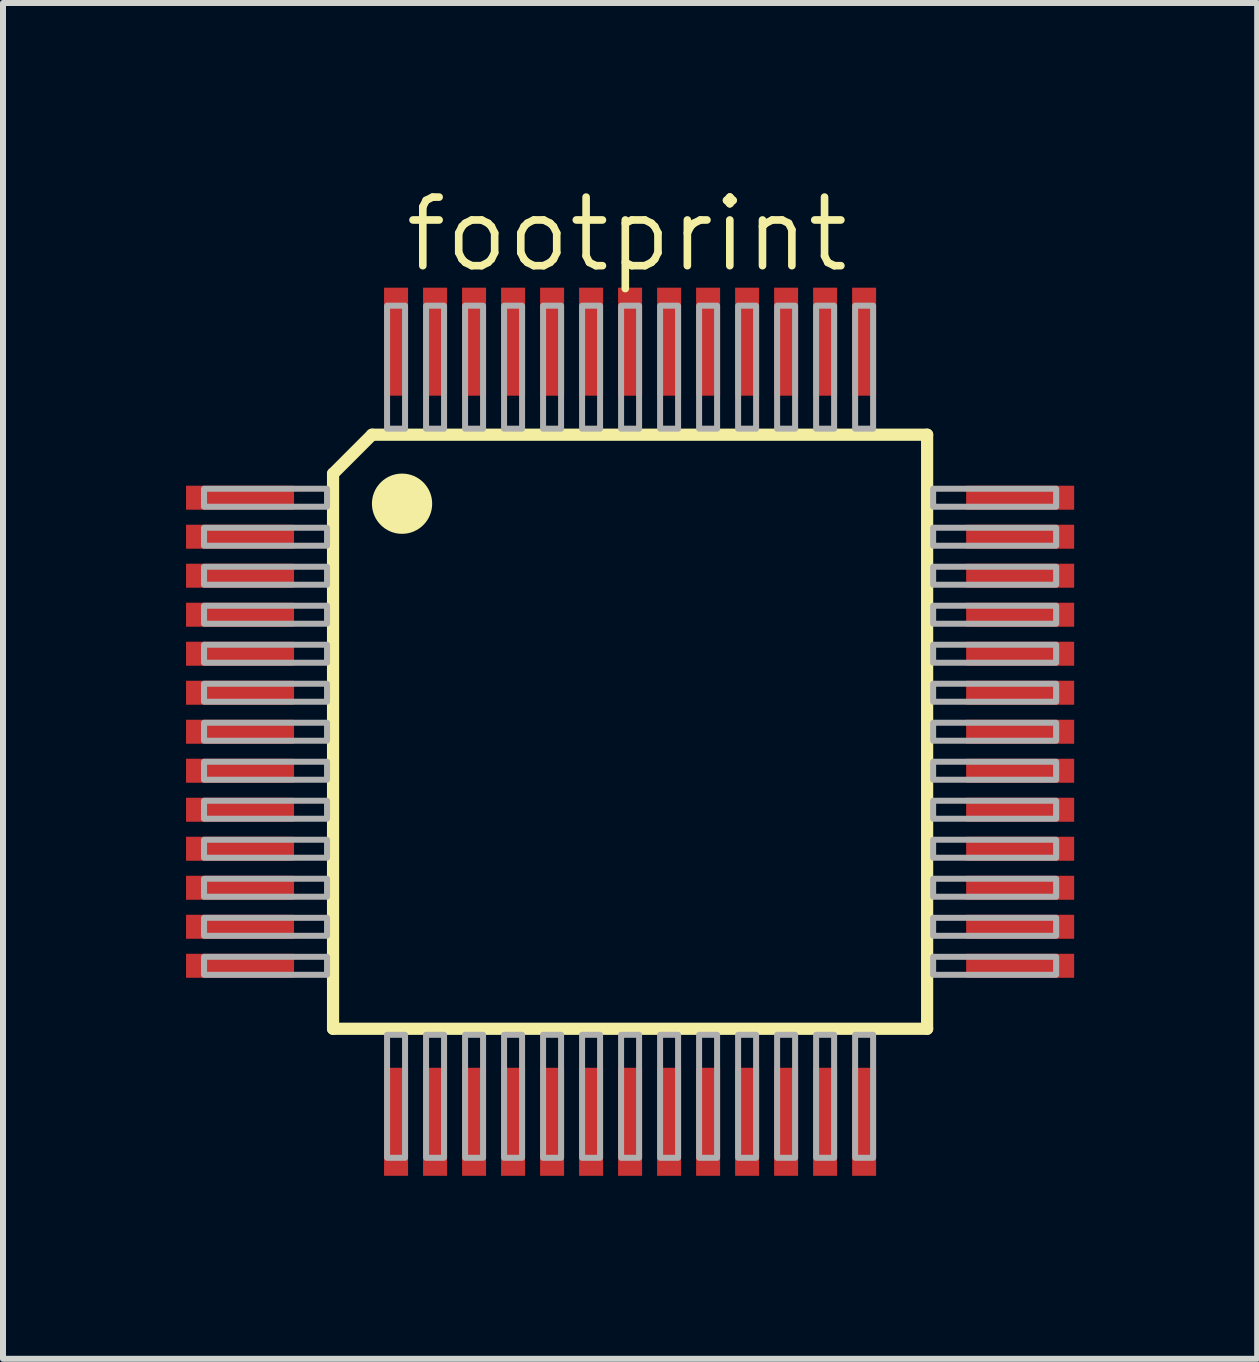
<source format=kicad_pcb>
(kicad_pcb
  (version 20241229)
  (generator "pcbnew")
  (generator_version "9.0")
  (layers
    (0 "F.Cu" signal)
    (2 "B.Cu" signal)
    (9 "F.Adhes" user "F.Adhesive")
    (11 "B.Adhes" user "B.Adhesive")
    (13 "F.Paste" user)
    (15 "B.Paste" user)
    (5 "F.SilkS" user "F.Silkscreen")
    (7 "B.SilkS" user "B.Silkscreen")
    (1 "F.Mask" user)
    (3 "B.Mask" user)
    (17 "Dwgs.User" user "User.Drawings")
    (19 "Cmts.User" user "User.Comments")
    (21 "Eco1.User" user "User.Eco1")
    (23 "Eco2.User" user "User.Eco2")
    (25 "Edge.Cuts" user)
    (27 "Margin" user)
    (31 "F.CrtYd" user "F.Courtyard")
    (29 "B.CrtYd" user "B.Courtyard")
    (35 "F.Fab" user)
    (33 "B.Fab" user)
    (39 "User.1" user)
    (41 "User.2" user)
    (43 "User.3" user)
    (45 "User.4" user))
  (footprint "footprint"
    (layer "F.Cu")
    (at 7.45 9.144)
    (property "Reference" "footprint" (at -3.81 -7.62 0) (layer "F.SilkS") (effects (font (size 1.143 1.143) (thickness 0.127)) (justify left bottom)))
    (fp_poly (pts (xy -7.45 -3.65) (xy -5.55 -3.65) (xy -5.55 -4.15) (xy -7.45 -4.15)) (stroke (width 0) (type solid)) (fill yes) (layer "F.Mask"))
    (fp_poly (pts (xy -7.45 -3) (xy -5.55 -3) (xy -5.55 -3.5) (xy -7.45 -3.5)) (stroke (width 0) (type solid)) (fill yes) (layer "F.Mask"))
    (fp_poly (pts (xy -7.45 -2.35) (xy -5.55 -2.35) (xy -5.55 -2.85) (xy -7.45 -2.85)) (stroke (width 0) (type solid)) (fill yes) (layer "F.Mask"))
    (fp_poly (pts (xy -7.45 -1.7) (xy -5.55 -1.7) (xy -5.55 -2.2) (xy -7.45 -2.2)) (stroke (width 0) (type solid)) (fill yes) (layer "F.Mask"))
    (fp_poly (pts (xy -7.45 -1.05) (xy -5.55 -1.05) (xy -5.55 -1.55) (xy -7.45 -1.55)) (stroke (width 0) (type solid)) (fill yes) (layer "F.Mask"))
    (fp_poly (pts (xy -7.45 -0.4) (xy -5.55 -0.4) (xy -5.55 -0.9) (xy -7.45 -0.9)) (stroke (width 0) (type solid)) (fill yes) (layer "F.Mask"))
    (fp_poly (pts (xy -7.45 0.25) (xy -5.55 0.25) (xy -5.55 -0.25) (xy -7.45 -0.25)) (stroke (width 0) (type solid)) (fill yes) (layer "F.Mask"))
    (fp_poly (pts (xy -7.45 0.9) (xy -5.55 0.9) (xy -5.55 0.4) (xy -7.45 0.4)) (stroke (width 0) (type solid)) (fill yes) (layer "F.Mask"))
    (fp_poly (pts (xy -7.45 1.55) (xy -5.55 1.55) (xy -5.55 1.05) (xy -7.45 1.05)) (stroke (width 0) (type solid)) (fill yes) (layer "F.Mask"))
    (fp_poly (pts (xy -7.45 2.2) (xy -5.55 2.2) (xy -5.55 1.7) (xy -7.45 1.7)) (stroke (width 0) (type solid)) (fill yes) (layer "F.Mask"))
    (fp_poly (pts (xy -7.45 2.85) (xy -5.55 2.85) (xy -5.55 2.35) (xy -7.45 2.35)) (stroke (width 0) (type solid)) (fill yes) (layer "F.Mask"))
    (fp_poly (pts (xy -7.45 3.5) (xy -5.55 3.5) (xy -5.55 3) (xy -7.45 3)) (stroke (width 0) (type solid)) (fill yes) (layer "F.Mask"))
    (fp_poly (pts (xy -7.45 4.15) (xy -5.55 4.15) (xy -5.55 3.65) (xy -7.45 3.65)) (stroke (width 0) (type solid)) (fill yes) (layer "F.Mask"))
    (fp_poly (pts (xy -4.15 -7.45) (xy -4.15 -5.55) (xy -3.65 -5.55) (xy -3.65 -7.45)) (stroke (width 0) (type solid)) (fill yes) (layer "F.Mask"))
    (fp_poly (pts (xy -3.65 7.45) (xy -3.65 5.55) (xy -4.15 5.55) (xy -4.15 7.45)) (stroke (width 0) (type solid)) (fill yes) (layer "F.Mask"))
    (fp_poly (pts (xy -3.5 -7.45) (xy -3.5 -5.55) (xy -3 -5.55) (xy -3 -7.45)) (stroke (width 0) (type solid)) (fill yes) (layer "F.Mask"))
    (fp_poly (pts (xy -3 7.45) (xy -3 5.55) (xy -3.5 5.55) (xy -3.5 7.45)) (stroke (width 0) (type solid)) (fill yes) (layer "F.Mask"))
    (fp_poly (pts (xy -2.85 -7.45) (xy -2.85 -5.55) (xy -2.35 -5.55) (xy -2.35 -7.45)) (stroke (width 0) (type solid)) (fill yes) (layer "F.Mask"))
    (fp_poly (pts (xy -2.35 7.45) (xy -2.35 5.55) (xy -2.85 5.55) (xy -2.85 7.45)) (stroke (width 0) (type solid)) (fill yes) (layer "F.Mask"))
    (fp_poly (pts (xy -2.2 -7.45) (xy -2.2 -5.55) (xy -1.7 -5.55) (xy -1.7 -7.45)) (stroke (width 0) (type solid)) (fill yes) (layer "F.Mask"))
    (fp_poly (pts (xy -1.7 7.45) (xy -1.7 5.55) (xy -2.2 5.55) (xy -2.2 7.45)) (stroke (width 0) (type solid)) (fill yes) (layer "F.Mask"))
    (fp_poly (pts (xy -1.55 -7.45) (xy -1.55 -5.55) (xy -1.05 -5.55) (xy -1.05 -7.45)) (stroke (width 0) (type solid)) (fill yes) (layer "F.Mask"))
    (fp_poly (pts (xy -1.05 7.45) (xy -1.05 5.55) (xy -1.55 5.55) (xy -1.55 7.45)) (stroke (width 0) (type solid)) (fill yes) (layer "F.Mask"))
    (fp_poly (pts (xy -0.9 -7.45) (xy -0.9 -5.55) (xy -0.4 -5.55) (xy -0.4 -7.45)) (stroke (width 0) (type solid)) (fill yes) (layer "F.Mask"))
    (fp_poly (pts (xy -0.4 7.45) (xy -0.4 5.55) (xy -0.9 5.55) (xy -0.9 7.45)) (stroke (width 0) (type solid)) (fill yes) (layer "F.Mask"))
    (fp_poly (pts (xy -0.25 -7.45) (xy -0.25 -5.55) (xy 0.25 -5.55) (xy 0.25 -7.45)) (stroke (width 0) (type solid)) (fill yes) (layer "F.Mask"))
    (fp_poly (pts (xy 0.25 7.45) (xy 0.25 5.55) (xy -0.25 5.55) (xy -0.25 7.45)) (stroke (width 0) (type solid)) (fill yes) (layer "F.Mask"))
    (fp_poly (pts (xy 0.4 -7.45) (xy 0.4 -5.55) (xy 0.9 -5.55) (xy 0.9 -7.45)) (stroke (width 0) (type solid)) (fill yes) (layer "F.Mask"))
    (fp_poly (pts (xy 0.9 7.45) (xy 0.9 5.55) (xy 0.4 5.55) (xy 0.4 7.45)) (stroke (width 0) (type solid)) (fill yes) (layer "F.Mask"))
    (fp_poly (pts (xy 1.05 -7.45) (xy 1.05 -5.55) (xy 1.55 -5.55) (xy 1.55 -7.45)) (stroke (width 0) (type solid)) (fill yes) (layer "F.Mask"))
    (fp_poly (pts (xy 1.55 7.45) (xy 1.55 5.55) (xy 1.05 5.55) (xy 1.05 7.45)) (stroke (width 0) (type solid)) (fill yes) (layer "F.Mask"))
    (fp_poly (pts (xy 1.7 -7.45) (xy 1.7 -5.55) (xy 2.2 -5.55) (xy 2.2 -7.45)) (stroke (width 0) (type solid)) (fill yes) (layer "F.Mask"))
    (fp_poly (pts (xy 2.2 7.45) (xy 2.2 5.55) (xy 1.7 5.55) (xy 1.7 7.45)) (stroke (width 0) (type solid)) (fill yes) (layer "F.Mask"))
    (fp_poly (pts (xy 2.35 -7.45) (xy 2.35 -5.55) (xy 2.85 -5.55) (xy 2.85 -7.45)) (stroke (width 0) (type solid)) (fill yes) (layer "F.Mask"))
    (fp_poly (pts (xy 2.85 7.45) (xy 2.85 5.55) (xy 2.35 5.55) (xy 2.35 7.45)) (stroke (width 0) (type solid)) (fill yes) (layer "F.Mask"))
    (fp_poly (pts (xy 3 -7.45) (xy 3 -5.55) (xy 3.5 -5.55) (xy 3.5 -7.45)) (stroke (width 0) (type solid)) (fill yes) (layer "F.Mask"))
    (fp_poly (pts (xy 3.5 7.45) (xy 3.5 5.55) (xy 3 5.55) (xy 3 7.45)) (stroke (width 0) (type solid)) (fill yes) (layer "F.Mask"))
    (fp_poly (pts (xy 3.65 -7.45) (xy 3.65 -5.55) (xy 4.15 -5.55) (xy 4.15 -7.45)) (stroke (width 0) (type solid)) (fill yes) (layer "F.Mask"))
    (fp_poly (pts (xy 4.15 7.45) (xy 4.15 5.55) (xy 3.65 5.55) (xy 3.65 7.45)) (stroke (width 0) (type solid)) (fill yes) (layer "F.Mask"))
    (fp_poly (pts (xy 7.45 -4.15) (xy 5.55 -4.15) (xy 5.55 -3.65) (xy 7.45 -3.65)) (stroke (width 0) (type solid)) (fill yes) (layer "F.Mask"))
    (fp_poly (pts (xy 7.45 -3.5) (xy 5.55 -3.5) (xy 5.55 -3) (xy 7.45 -3)) (stroke (width 0) (type solid)) (fill yes) (layer "F.Mask"))
    (fp_poly (pts (xy 7.45 -2.85) (xy 5.55 -2.85) (xy 5.55 -2.35) (xy 7.45 -2.35)) (stroke (width 0) (type solid)) (fill yes) (layer "F.Mask"))
    (fp_poly (pts (xy 7.45 -2.2) (xy 5.55 -2.2) (xy 5.55 -1.7) (xy 7.45 -1.7)) (stroke (width 0) (type solid)) (fill yes) (layer "F.Mask"))
    (fp_poly (pts (xy 7.45 -1.55) (xy 5.55 -1.55) (xy 5.55 -1.05) (xy 7.45 -1.05)) (stroke (width 0) (type solid)) (fill yes) (layer "F.Mask"))
    (fp_poly (pts (xy 7.45 -0.9) (xy 5.55 -0.9) (xy 5.55 -0.4) (xy 7.45 -0.4)) (stroke (width 0) (type solid)) (fill yes) (layer "F.Mask"))
    (fp_poly (pts (xy 7.45 -0.25) (xy 5.55 -0.25) (xy 5.55 0.25) (xy 7.45 0.25)) (stroke (width 0) (type solid)) (fill yes) (layer "F.Mask"))
    (fp_poly (pts (xy 7.45 0.4) (xy 5.55 0.4) (xy 5.55 0.9) (xy 7.45 0.9)) (stroke (width 0) (type solid)) (fill yes) (layer "F.Mask"))
    (fp_poly (pts (xy 7.45 1.05) (xy 5.55 1.05) (xy 5.55 1.55) (xy 7.45 1.55)) (stroke (width 0) (type solid)) (fill yes) (layer "F.Mask"))
    (fp_poly (pts (xy 7.45 1.7) (xy 5.55 1.7) (xy 5.55 2.2) (xy 7.45 2.2)) (stroke (width 0) (type solid)) (fill yes) (layer "F.Mask"))
    (fp_poly (pts (xy 7.45 2.35) (xy 5.55 2.35) (xy 5.55 2.85) (xy 7.45 2.85)) (stroke (width 0) (type solid)) (fill yes) (layer "F.Mask"))
    (fp_poly (pts (xy 7.45 3) (xy 5.55 3) (xy 5.55 3.5) (xy 7.45 3.5)) (stroke (width 0) (type solid)) (fill yes) (layer "F.Mask"))
    (fp_poly (pts (xy 7.45 3.65) (xy 5.55 3.65) (xy 5.55 4.15) (xy 7.45 4.15)) (stroke (width 0) (type solid)) (fill yes) (layer "F.Mask"))
    (fp_line (start -4.95 -4.3) (end -4.3 -4.95) (stroke (width 0.203) (type solid)) (layer "F.SilkS"))
    (fp_line (start -4.95 4.95) (end -4.95 -4.3) (stroke (width 0.203) (type solid)) (layer "F.SilkS"))
    (fp_line (start -4.3 -4.95) (end 4.95 -4.95) (stroke (width 0.203) (type solid)) (layer "F.SilkS"))
    (fp_line (start 4.95 -4.95) (end 4.95 4.95) (stroke (width 0.203) (type solid)) (layer "F.SilkS"))
    (fp_line (start 4.95 4.95) (end -4.95 4.95) (stroke (width 0.203) (type solid)) (layer "F.SilkS"))
    (fp_circle (center -3.8 -3.8) (end -3.549 -3.8) (stroke (width 0.502) (type solid)) (fill yes) (layer "F.SilkS"))
    (fp_poly (pts (xy -7.35 -3.725) (xy -5.65 -3.725) (xy -5.65 -4.075) (xy -7.35 -4.075)) (stroke (width 0) (type solid)) (fill yes) (layer "F.Paste"))
    (fp_poly (pts (xy -7.35 -3.075) (xy -5.65 -3.075) (xy -5.65 -3.425) (xy -7.35 -3.425)) (stroke (width 0) (type solid)) (fill yes) (layer "F.Paste"))
    (fp_poly (pts (xy -7.35 -2.425) (xy -5.65 -2.425) (xy -5.65 -2.775) (xy -7.35 -2.775)) (stroke (width 0) (type solid)) (fill yes) (layer "F.Paste"))
    (fp_poly (pts (xy -7.35 -1.775) (xy -5.65 -1.775) (xy -5.65 -2.125) (xy -7.35 -2.125)) (stroke (width 0) (type solid)) (fill yes) (layer "F.Paste"))
    (fp_poly (pts (xy -7.35 -1.125) (xy -5.65 -1.125) (xy -5.65 -1.475) (xy -7.35 -1.475)) (stroke (width 0) (type solid)) (fill yes) (layer "F.Paste"))
    (fp_poly (pts (xy -7.35 -0.475) (xy -5.65 -0.475) (xy -5.65 -0.825) (xy -7.35 -0.825)) (stroke (width 0) (type solid)) (fill yes) (layer "F.Paste"))
    (fp_poly (pts (xy -7.35 0.175) (xy -5.65 0.175) (xy -5.65 -0.175) (xy -7.35 -0.175)) (stroke (width 0) (type solid)) (fill yes) (layer "F.Paste"))
    (fp_poly (pts (xy -7.35 0.825) (xy -5.65 0.825) (xy -5.65 0.475) (xy -7.35 0.475)) (stroke (width 0) (type solid)) (fill yes) (layer "F.Paste"))
    (fp_poly (pts (xy -7.35 1.475) (xy -5.65 1.475) (xy -5.65 1.125) (xy -7.35 1.125)) (stroke (width 0) (type solid)) (fill yes) (layer "F.Paste"))
    (fp_poly (pts (xy -7.35 2.125) (xy -5.65 2.125) (xy -5.65 1.775) (xy -7.35 1.775)) (stroke (width 0) (type solid)) (fill yes) (layer "F.Paste"))
    (fp_poly (pts (xy -7.35 2.775) (xy -5.65 2.775) (xy -5.65 2.425) (xy -7.35 2.425)) (stroke (width 0) (type solid)) (fill yes) (layer "F.Paste"))
    (fp_poly (pts (xy -7.35 3.425) (xy -5.65 3.425) (xy -5.65 3.075) (xy -7.35 3.075)) (stroke (width 0) (type solid)) (fill yes) (layer "F.Paste"))
    (fp_poly (pts (xy -7.35 4.075) (xy -5.65 4.075) (xy -5.65 3.725) (xy -7.35 3.725)) (stroke (width 0) (type solid)) (fill yes) (layer "F.Paste"))
    (fp_poly (pts (xy -4.075 -7.35) (xy -4.075 -5.65) (xy -3.725 -5.65) (xy -3.725 -7.35)) (stroke (width 0) (type solid)) (fill yes) (layer "F.Paste"))
    (fp_poly (pts (xy -3.725 7.35) (xy -3.725 5.65) (xy -4.075 5.65) (xy -4.075 7.35)) (stroke (width 0) (type solid)) (fill yes) (layer "F.Paste"))
    (fp_poly (pts (xy -3.425 -7.35) (xy -3.425 -5.65) (xy -3.075 -5.65) (xy -3.075 -7.35)) (stroke (width 0) (type solid)) (fill yes) (layer "F.Paste"))
    (fp_poly (pts (xy -3.075 7.35) (xy -3.075 5.65) (xy -3.425 5.65) (xy -3.425 7.35)) (stroke (width 0) (type solid)) (fill yes) (layer "F.Paste"))
    (fp_poly (pts (xy -2.775 -7.35) (xy -2.775 -5.65) (xy -2.425 -5.65) (xy -2.425 -7.35)) (stroke (width 0) (type solid)) (fill yes) (layer "F.Paste"))
    (fp_poly (pts (xy -2.425 7.35) (xy -2.425 5.65) (xy -2.775 5.65) (xy -2.775 7.35)) (stroke (width 0) (type solid)) (fill yes) (layer "F.Paste"))
    (fp_poly (pts (xy -2.125 -7.35) (xy -2.125 -5.65) (xy -1.775 -5.65) (xy -1.775 -7.35)) (stroke (width 0) (type solid)) (fill yes) (layer "F.Paste"))
    (fp_poly (pts (xy -1.775 7.35) (xy -1.775 5.65) (xy -2.125 5.65) (xy -2.125 7.35)) (stroke (width 0) (type solid)) (fill yes) (layer "F.Paste"))
    (fp_poly (pts (xy -1.475 -7.35) (xy -1.475 -5.65) (xy -1.125 -5.65) (xy -1.125 -7.35)) (stroke (width 0) (type solid)) (fill yes) (layer "F.Paste"))
    (fp_poly (pts (xy -1.125 7.35) (xy -1.125 5.65) (xy -1.475 5.65) (xy -1.475 7.35)) (stroke (width 0) (type solid)) (fill yes) (layer "F.Paste"))
    (fp_poly (pts (xy -0.825 -7.35) (xy -0.825 -5.65) (xy -0.475 -5.65) (xy -0.475 -7.35)) (stroke (width 0) (type solid)) (fill yes) (layer "F.Paste"))
    (fp_poly (pts (xy -0.475 7.35) (xy -0.475 5.65) (xy -0.825 5.65) (xy -0.825 7.35)) (stroke (width 0) (type solid)) (fill yes) (layer "F.Paste"))
    (fp_poly (pts (xy -0.175 -7.35) (xy -0.175 -5.65) (xy 0.175 -5.65) (xy 0.175 -7.35)) (stroke (width 0) (type solid)) (fill yes) (layer "F.Paste"))
    (fp_poly (pts (xy 0.175 7.35) (xy 0.175 5.65) (xy -0.175 5.65) (xy -0.175 7.35)) (stroke (width 0) (type solid)) (fill yes) (layer "F.Paste"))
    (fp_poly (pts (xy 0.475 -7.35) (xy 0.475 -5.65) (xy 0.825 -5.65) (xy 0.825 -7.35)) (stroke (width 0) (type solid)) (fill yes) (layer "F.Paste"))
    (fp_poly (pts (xy 0.825 7.35) (xy 0.825 5.65) (xy 0.475 5.65) (xy 0.475 7.35)) (stroke (width 0) (type solid)) (fill yes) (layer "F.Paste"))
    (fp_poly (pts (xy 1.125 -7.35) (xy 1.125 -5.65) (xy 1.475 -5.65) (xy 1.475 -7.35)) (stroke (width 0) (type solid)) (fill yes) (layer "F.Paste"))
    (fp_poly (pts (xy 1.475 7.35) (xy 1.475 5.65) (xy 1.125 5.65) (xy 1.125 7.35)) (stroke (width 0) (type solid)) (fill yes) (layer "F.Paste"))
    (fp_poly (pts (xy 1.775 -7.35) (xy 1.775 -5.65) (xy 2.125 -5.65) (xy 2.125 -7.35)) (stroke (width 0) (type solid)) (fill yes) (layer "F.Paste"))
    (fp_poly (pts (xy 2.125 7.35) (xy 2.125 5.65) (xy 1.775 5.65) (xy 1.775 7.35)) (stroke (width 0) (type solid)) (fill yes) (layer "F.Paste"))
    (fp_poly (pts (xy 2.425 -7.35) (xy 2.425 -5.65) (xy 2.775 -5.65) (xy 2.775 -7.35)) (stroke (width 0) (type solid)) (fill yes) (layer "F.Paste"))
    (fp_poly (pts (xy 2.775 7.35) (xy 2.775 5.65) (xy 2.425 5.65) (xy 2.425 7.35)) (stroke (width 0) (type solid)) (fill yes) (layer "F.Paste"))
    (fp_poly (pts (xy 3.075 -7.35) (xy 3.075 -5.65) (xy 3.425 -5.65) (xy 3.425 -7.35)) (stroke (width 0) (type solid)) (fill yes) (layer "F.Paste"))
    (fp_poly (pts (xy 3.425 7.35) (xy 3.425 5.65) (xy 3.075 5.65) (xy 3.075 7.35)) (stroke (width 0) (type solid)) (fill yes) (layer "F.Paste"))
    (fp_poly (pts (xy 3.725 -7.35) (xy 3.725 -5.65) (xy 4.075 -5.65) (xy 4.075 -7.35)) (stroke (width 0) (type solid)) (fill yes) (layer "F.Paste"))
    (fp_poly (pts (xy 4.075 7.35) (xy 4.075 5.65) (xy 3.725 5.65) (xy 3.725 7.35)) (stroke (width 0) (type solid)) (fill yes) (layer "F.Paste"))
    (fp_poly (pts (xy 7.35 -4.075) (xy 5.65 -4.075) (xy 5.65 -3.725) (xy 7.35 -3.725)) (stroke (width 0) (type solid)) (fill yes) (layer "F.Paste"))
    (fp_poly (pts (xy 7.35 -3.425) (xy 5.65 -3.425) (xy 5.65 -3.075) (xy 7.35 -3.075)) (stroke (width 0) (type solid)) (fill yes) (layer "F.Paste"))
    (fp_poly (pts (xy 7.35 -2.775) (xy 5.65 -2.775) (xy 5.65 -2.425) (xy 7.35 -2.425)) (stroke (width 0) (type solid)) (fill yes) (layer "F.Paste"))
    (fp_poly (pts (xy 7.35 -2.125) (xy 5.65 -2.125) (xy 5.65 -1.775) (xy 7.35 -1.775)) (stroke (width 0) (type solid)) (fill yes) (layer "F.Paste"))
    (fp_poly (pts (xy 7.35 -1.475) (xy 5.65 -1.475) (xy 5.65 -1.125) (xy 7.35 -1.125)) (stroke (width 0) (type solid)) (fill yes) (layer "F.Paste"))
    (fp_poly (pts (xy 7.35 -0.825) (xy 5.65 -0.825) (xy 5.65 -0.475) (xy 7.35 -0.475)) (stroke (width 0) (type solid)) (fill yes) (layer "F.Paste"))
    (fp_poly (pts (xy 7.35 -0.175) (xy 5.65 -0.175) (xy 5.65 0.175) (xy 7.35 0.175)) (stroke (width 0) (type solid)) (fill yes) (layer "F.Paste"))
    (fp_poly (pts (xy 7.35 0.475) (xy 5.65 0.475) (xy 5.65 0.825) (xy 7.35 0.825)) (stroke (width 0) (type solid)) (fill yes) (layer "F.Paste"))
    (fp_poly (pts (xy 7.35 1.125) (xy 5.65 1.125) (xy 5.65 1.475) (xy 7.35 1.475)) (stroke (width 0) (type solid)) (fill yes) (layer "F.Paste"))
    (fp_poly (pts (xy 7.35 1.775) (xy 5.65 1.775) (xy 5.65 2.125) (xy 7.35 2.125)) (stroke (width 0) (type solid)) (fill yes) (layer "F.Paste"))
    (fp_poly (pts (xy 7.35 2.425) (xy 5.65 2.425) (xy 5.65 2.775) (xy 7.35 2.775)) (stroke (width 0) (type solid)) (fill yes) (layer "F.Paste"))
    (fp_poly (pts (xy 7.35 3.075) (xy 5.65 3.075) (xy 5.65 3.425) (xy 7.35 3.425)) (stroke (width 0) (type solid)) (fill yes) (layer "F.Paste"))
    (fp_poly (pts (xy 7.35 3.725) (xy 5.65 3.725) (xy 5.65 4.075) (xy 7.35 4.075)) (stroke (width 0) (type solid)) (fill yes) (layer "F.Paste"))
    (fp_poly (pts (xy -7.1 -3.75) (xy -5.05 -3.75) (xy -5.05 -4.05) (xy -7.1 -4.05)) (stroke (width 0.1) (type solid)) (fill no) (layer "F.Fab"))
    (fp_poly (pts (xy -7.1 -3.1) (xy -5.05 -3.1) (xy -5.05 -3.4) (xy -7.1 -3.4)) (stroke (width 0.1) (type solid)) (fill no) (layer "F.Fab"))
    (fp_poly (pts (xy -7.1 -2.45) (xy -5.05 -2.45) (xy -5.05 -2.75) (xy -7.1 -2.75)) (stroke (width 0.1) (type solid)) (fill no) (layer "F.Fab"))
    (fp_poly (pts (xy -7.1 -1.8) (xy -5.05 -1.8) (xy -5.05 -2.1) (xy -7.1 -2.1)) (stroke (width 0.1) (type solid)) (fill no) (layer "F.Fab"))
    (fp_poly (pts (xy -7.1 -1.15) (xy -5.05 -1.15) (xy -5.05 -1.45) (xy -7.1 -1.45)) (stroke (width 0.1) (type solid)) (fill no) (layer "F.Fab"))
    (fp_poly (pts (xy -7.1 -0.5) (xy -5.05 -0.5) (xy -5.05 -0.8) (xy -7.1 -0.8)) (stroke (width 0.1) (type solid)) (fill no) (layer "F.Fab"))
    (fp_poly (pts (xy -7.1 0.15) (xy -5.05 0.15) (xy -5.05 -0.15) (xy -7.1 -0.15)) (stroke (width 0.1) (type solid)) (fill no) (layer "F.Fab"))
    (fp_poly (pts (xy -7.1 0.8) (xy -5.05 0.8) (xy -5.05 0.5) (xy -7.1 0.5)) (stroke (width 0.1) (type solid)) (fill no) (layer "F.Fab"))
    (fp_poly (pts (xy -7.1 1.45) (xy -5.05 1.45) (xy -5.05 1.15) (xy -7.1 1.15)) (stroke (width 0.1) (type solid)) (fill no) (layer "F.Fab"))
    (fp_poly (pts (xy -7.1 2.1) (xy -5.05 2.1) (xy -5.05 1.8) (xy -7.1 1.8)) (stroke (width 0.1) (type solid)) (fill no) (layer "F.Fab"))
    (fp_poly (pts (xy -7.1 2.75) (xy -5.05 2.75) (xy -5.05 2.45) (xy -7.1 2.45)) (stroke (width 0.1) (type solid)) (fill no) (layer "F.Fab"))
    (fp_poly (pts (xy -7.1 3.4) (xy -5.05 3.4) (xy -5.05 3.1) (xy -7.1 3.1)) (stroke (width 0.1) (type solid)) (fill no) (layer "F.Fab"))
    (fp_poly (pts (xy -7.1 4.05) (xy -5.05 4.05) (xy -5.05 3.75) (xy -7.1 3.75)) (stroke (width 0.1) (type solid)) (fill no) (layer "F.Fab"))
    (fp_poly (pts (xy -4.05 -5.05) (xy -3.75 -5.05) (xy -3.75 -7.1) (xy -4.05 -7.1)) (stroke (width 0.1) (type solid)) (fill no) (layer "F.Fab"))
    (fp_poly (pts (xy -4.05 7.1) (xy -3.75 7.1) (xy -3.75 5.05) (xy -4.05 5.05)) (stroke (width 0.1) (type solid)) (fill no) (layer "F.Fab"))
    (fp_poly (pts (xy -3.4 -5.05) (xy -3.1 -5.05) (xy -3.1 -7.1) (xy -3.4 -7.1)) (stroke (width 0.1) (type solid)) (fill no) (layer "F.Fab"))
    (fp_poly (pts (xy -3.4 7.1) (xy -3.1 7.1) (xy -3.1 5.05) (xy -3.4 5.05)) (stroke (width 0.1) (type solid)) (fill no) (layer "F.Fab"))
    (fp_poly (pts (xy -2.75 -5.05) (xy -2.45 -5.05) (xy -2.45 -7.1) (xy -2.75 -7.1)) (stroke (width 0.1) (type solid)) (fill no) (layer "F.Fab"))
    (fp_poly (pts (xy -2.75 7.1) (xy -2.45 7.1) (xy -2.45 5.05) (xy -2.75 5.05)) (stroke (width 0.1) (type solid)) (fill no) (layer "F.Fab"))
    (fp_poly (pts (xy -2.1 -5.05) (xy -1.8 -5.05) (xy -1.8 -7.1) (xy -2.1 -7.1)) (stroke (width 0.1) (type solid)) (fill no) (layer "F.Fab"))
    (fp_poly (pts (xy -2.1 7.1) (xy -1.8 7.1) (xy -1.8 5.05) (xy -2.1 5.05)) (stroke (width 0.1) (type solid)) (fill no) (layer "F.Fab"))
    (fp_poly (pts (xy -1.45 -5.05) (xy -1.15 -5.05) (xy -1.15 -7.1) (xy -1.45 -7.1)) (stroke (width 0.1) (type solid)) (fill no) (layer "F.Fab"))
    (fp_poly (pts (xy -1.45 7.1) (xy -1.15 7.1) (xy -1.15 5.05) (xy -1.45 5.05)) (stroke (width 0.1) (type solid)) (fill no) (layer "F.Fab"))
    (fp_poly (pts (xy -0.8 -5.05) (xy -0.5 -5.05) (xy -0.5 -7.1) (xy -0.8 -7.1)) (stroke (width 0.1) (type solid)) (fill no) (layer "F.Fab"))
    (fp_poly (pts (xy -0.8 7.1) (xy -0.5 7.1) (xy -0.5 5.05) (xy -0.8 5.05)) (stroke (width 0.1) (type solid)) (fill no) (layer "F.Fab"))
    (fp_poly (pts (xy -0.15 -5.05) (xy 0.15 -5.05) (xy 0.15 -7.1) (xy -0.15 -7.1)) (stroke (width 0.1) (type solid)) (fill no) (layer "F.Fab"))
    (fp_poly (pts (xy -0.15 7.1) (xy 0.15 7.1) (xy 0.15 5.05) (xy -0.15 5.05)) (stroke (width 0.1) (type solid)) (fill no) (layer "F.Fab"))
    (fp_poly (pts (xy 0.5 -5.05) (xy 0.8 -5.05) (xy 0.8 -7.1) (xy 0.5 -7.1)) (stroke (width 0.1) (type solid)) (fill no) (layer "F.Fab"))
    (fp_poly (pts (xy 0.5 7.1) (xy 0.8 7.1) (xy 0.8 5.05) (xy 0.5 5.05)) (stroke (width 0.1) (type solid)) (fill no) (layer "F.Fab"))
    (fp_poly (pts (xy 1.15 -5.05) (xy 1.45 -5.05) (xy 1.45 -7.1) (xy 1.15 -7.1)) (stroke (width 0.1) (type solid)) (fill no) (layer "F.Fab"))
    (fp_poly (pts (xy 1.15 7.1) (xy 1.45 7.1) (xy 1.45 5.05) (xy 1.15 5.05)) (stroke (width 0.1) (type solid)) (fill no) (layer "F.Fab"))
    (fp_poly (pts (xy 1.8 -5.05) (xy 2.1 -5.05) (xy 2.1 -7.1) (xy 1.8 -7.1)) (stroke (width 0.1) (type solid)) (fill no) (layer "F.Fab"))
    (fp_poly (pts (xy 1.8 7.1) (xy 2.1 7.1) (xy 2.1 5.05) (xy 1.8 5.05)) (stroke (width 0.1) (type solid)) (fill no) (layer "F.Fab"))
    (fp_poly (pts (xy 2.45 -5.05) (xy 2.75 -5.05) (xy 2.75 -7.1) (xy 2.45 -7.1)) (stroke (width 0.1) (type solid)) (fill no) (layer "F.Fab"))
    (fp_poly (pts (xy 2.45 7.1) (xy 2.75 7.1) (xy 2.75 5.05) (xy 2.45 5.05)) (stroke (width 0.1) (type solid)) (fill no) (layer "F.Fab"))
    (fp_poly (pts (xy 3.1 -5.05) (xy 3.4 -5.05) (xy 3.4 -7.1) (xy 3.1 -7.1)) (stroke (width 0.1) (type solid)) (fill no) (layer "F.Fab"))
    (fp_poly (pts (xy 3.1 7.1) (xy 3.4 7.1) (xy 3.4 5.05) (xy 3.1 5.05)) (stroke (width 0.1) (type solid)) (fill no) (layer "F.Fab"))
    (fp_poly (pts (xy 3.75 -5.05) (xy 4.05 -5.05) (xy 4.05 -7.1) (xy 3.75 -7.1)) (stroke (width 0.1) (type solid)) (fill no) (layer "F.Fab"))
    (fp_poly (pts (xy 3.75 7.1) (xy 4.05 7.1) (xy 4.05 5.05) (xy 3.75 5.05)) (stroke (width 0.1) (type solid)) (fill no) (layer "F.Fab"))
    (fp_poly (pts (xy 5.05 -3.75) (xy 7.1 -3.75) (xy 7.1 -4.05) (xy 5.05 -4.05)) (stroke (width 0.1) (type solid)) (fill no) (layer "F.Fab"))
    (fp_poly (pts (xy 5.05 -3.1) (xy 7.1 -3.1) (xy 7.1 -3.4) (xy 5.05 -3.4)) (stroke (width 0.1) (type solid)) (fill no) (layer "F.Fab"))
    (fp_poly (pts (xy 5.05 -2.45) (xy 7.1 -2.45) (xy 7.1 -2.75) (xy 5.05 -2.75)) (stroke (width 0.1) (type solid)) (fill no) (layer "F.Fab"))
    (fp_poly (pts (xy 5.05 -1.8) (xy 7.1 -1.8) (xy 7.1 -2.1) (xy 5.05 -2.1)) (stroke (width 0.1) (type solid)) (fill no) (layer "F.Fab"))
    (fp_poly (pts (xy 5.05 -1.15) (xy 7.1 -1.15) (xy 7.1 -1.45) (xy 5.05 -1.45)) (stroke (width 0.1) (type solid)) (fill no) (layer "F.Fab"))
    (fp_poly (pts (xy 5.05 -0.5) (xy 7.1 -0.5) (xy 7.1 -0.8) (xy 5.05 -0.8)) (stroke (width 0.1) (type solid)) (fill no) (layer "F.Fab"))
    (fp_poly (pts (xy 5.05 0.15) (xy 7.1 0.15) (xy 7.1 -0.15) (xy 5.05 -0.15)) (stroke (width 0.1) (type solid)) (fill no) (layer "F.Fab"))
    (fp_poly (pts (xy 5.05 0.8) (xy 7.1 0.8) (xy 7.1 0.5) (xy 5.05 0.5)) (stroke (width 0.1) (type solid)) (fill no) (layer "F.Fab"))
    (fp_poly (pts (xy 5.05 1.45) (xy 7.1 1.45) (xy 7.1 1.15) (xy 5.05 1.15)) (stroke (width 0.1) (type solid)) (fill no) (layer "F.Fab"))
    (fp_poly (pts (xy 5.05 2.1) (xy 7.1 2.1) (xy 7.1 1.8) (xy 5.05 1.8)) (stroke (width 0.1) (type solid)) (fill no) (layer "F.Fab"))
    (fp_poly (pts (xy 5.05 2.75) (xy 7.1 2.75) (xy 7.1 2.45) (xy 5.05 2.45)) (stroke (width 0.1) (type solid)) (fill no) (layer "F.Fab"))
    (fp_poly (pts (xy 5.05 3.4) (xy 7.1 3.4) (xy 7.1 3.1) (xy 5.05 3.1)) (stroke (width 0.1) (type solid)) (fill no) (layer "F.Fab"))
    (fp_poly (pts (xy 5.05 4.05) (xy 7.1 4.05) (xy 7.1 3.75) (xy 5.05 3.75)) (stroke (width 0.1) (type solid)) (fill no) (layer "F.Fab"))
    (pad "1" smd rect (at -6.5 -3.9) (size 1.8 0.4) (layers "F.Cu"))
    (pad "2" smd rect (at -6.5 -3.25) (size 1.8 0.4) (layers "F.Cu"))
    (pad "3" smd rect (at -6.5 -2.6) (size 1.8 0.4) (layers "F.Cu"))
    (pad "4" smd rect (at -6.5 -1.95) (size 1.8 0.4) (layers "F.Cu"))
    (pad "5" smd rect (at -6.5 -1.3) (size 1.8 0.4) (layers "F.Cu"))
    (pad "6" smd rect (at -6.5 -0.65) (size 1.8 0.4) (layers "F.Cu"))
    (pad "7" smd rect (at -6.5 0) (size 1.8 0.4) (layers "F.Cu"))
    (pad "8" smd rect (at -6.5 0.65) (size 1.8 0.4) (layers "F.Cu"))
    (pad "9" smd rect (at -6.5 1.3) (size 1.8 0.4) (layers "F.Cu"))
    (pad "10" smd rect (at -6.5 1.95) (size 1.8 0.4) (layers "F.Cu"))
    (pad "11" smd rect (at -6.5 2.6) (size 1.8 0.4) (layers "F.Cu"))
    (pad "12" smd rect (at -6.5 3.25) (size 1.8 0.4) (layers "F.Cu"))
    (pad "13" smd rect (at -6.5 3.9) (size 1.8 0.4) (layers "F.Cu"))
    (pad "14" smd rect (at -3.9 6.5) (size 0.4 1.8) (layers "F.Cu"))
    (pad "15" smd rect (at -3.25 6.5) (size 0.4 1.8) (layers "F.Cu"))
    (pad "16" smd rect (at -2.6 6.5) (size 0.4 1.8) (layers "F.Cu"))
    (pad "17" smd rect (at -1.95 6.5) (size 0.4 1.8) (layers "F.Cu"))
    (pad "18" smd rect (at -1.3 6.5) (size 0.4 1.8) (layers "F.Cu"))
    (pad "19" smd rect (at -0.65 6.5) (size 0.4 1.8) (layers "F.Cu"))
    (pad "20" smd rect (at 0 6.5) (size 0.4 1.8) (layers "F.Cu"))
    (pad "21" smd rect (at 0.65 6.5) (size 0.4 1.8) (layers "F.Cu"))
    (pad "22" smd rect (at 1.3 6.5) (size 0.4 1.8) (layers "F.Cu"))
    (pad "23" smd rect (at 1.95 6.5) (size 0.4 1.8) (layers "F.Cu"))
    (pad "24" smd rect (at 2.6 6.5) (size 0.4 1.8) (layers "F.Cu"))
    (pad "25" smd rect (at 3.25 6.5) (size 0.4 1.8) (layers "F.Cu"))
    (pad "26" smd rect (at 3.9 6.5) (size 0.4 1.8) (layers "F.Cu"))
    (pad "27" smd rect (at 6.5 3.9) (size 1.8 0.4) (layers "F.Cu"))
    (pad "28" smd rect (at 6.5 3.25) (size 1.8 0.4) (layers "F.Cu"))
    (pad "29" smd rect (at 6.5 2.6) (size 1.8 0.4) (layers "F.Cu"))
    (pad "30" smd rect (at 6.5 1.95) (size 1.8 0.4) (layers "F.Cu"))
    (pad "31" smd rect (at 6.5 1.3) (size 1.8 0.4) (layers "F.Cu"))
    (pad "32" smd rect (at 6.5 0.65) (size 1.8 0.4) (layers "F.Cu"))
    (pad "33" smd rect (at 6.5 0) (size 1.8 0.4) (layers "F.Cu"))
    (pad "34" smd rect (at 6.5 -0.65) (size 1.8 0.4) (layers "F.Cu"))
    (pad "35" smd rect (at 6.5 -1.3) (size 1.8 0.4) (layers "F.Cu"))
    (pad "36" smd rect (at 6.5 -1.95) (size 1.8 0.4) (layers "F.Cu"))
    (pad "37" smd rect (at 6.5 -2.6) (size 1.8 0.4) (layers "F.Cu"))
    (pad "38" smd rect (at 6.5 -3.25) (size 1.8 0.4) (layers "F.Cu"))
    (pad "39" smd rect (at 6.5 -3.9) (size 1.8 0.4) (layers "F.Cu"))
    (pad "40" smd rect (at 3.9 -6.5) (size 0.4 1.8) (layers "F.Cu"))
    (pad "41" smd rect (at 3.25 -6.5) (size 0.4 1.8) (layers "F.Cu"))
    (pad "42" smd rect (at 2.6 -6.5) (size 0.4 1.8) (layers "F.Cu"))
    (pad "43" smd rect (at 1.95 -6.5) (size 0.4 1.8) (layers "F.Cu"))
    (pad "44" smd rect (at 1.3 -6.5) (size 0.4 1.8) (layers "F.Cu"))
    (pad "45" smd rect (at 0.65 -6.5) (size 0.4 1.8) (layers "F.Cu"))
    (pad "46" smd rect (at 0 -6.5) (size 0.4 1.8) (layers "F.Cu"))
    (pad "47" smd rect (at -0.65 -6.5) (size 0.4 1.8) (layers "F.Cu"))
    (pad "48" smd rect (at -1.3 -6.5) (size 0.4 1.8) (layers "F.Cu"))
    (pad "49" smd rect (at -1.95 -6.5) (size 0.4 1.8) (layers "F.Cu"))
    (pad "50" smd rect (at -2.6 -6.5) (size 0.4 1.8) (layers "F.Cu"))
    (pad "51" smd rect (at -3.25 -6.5) (size 0.4 1.8) (layers "F.Cu"))
    (pad "52" smd rect (at -3.9 -6.5) (size 0.4 1.8) (layers "F.Cu")))
  (gr_rect
    (start -3 -3)
    (end 17.9 19.594)
    (stroke (width 0.1) (type default))
    (fill no)
    (layer "Edge.Cuts")))
</source>
